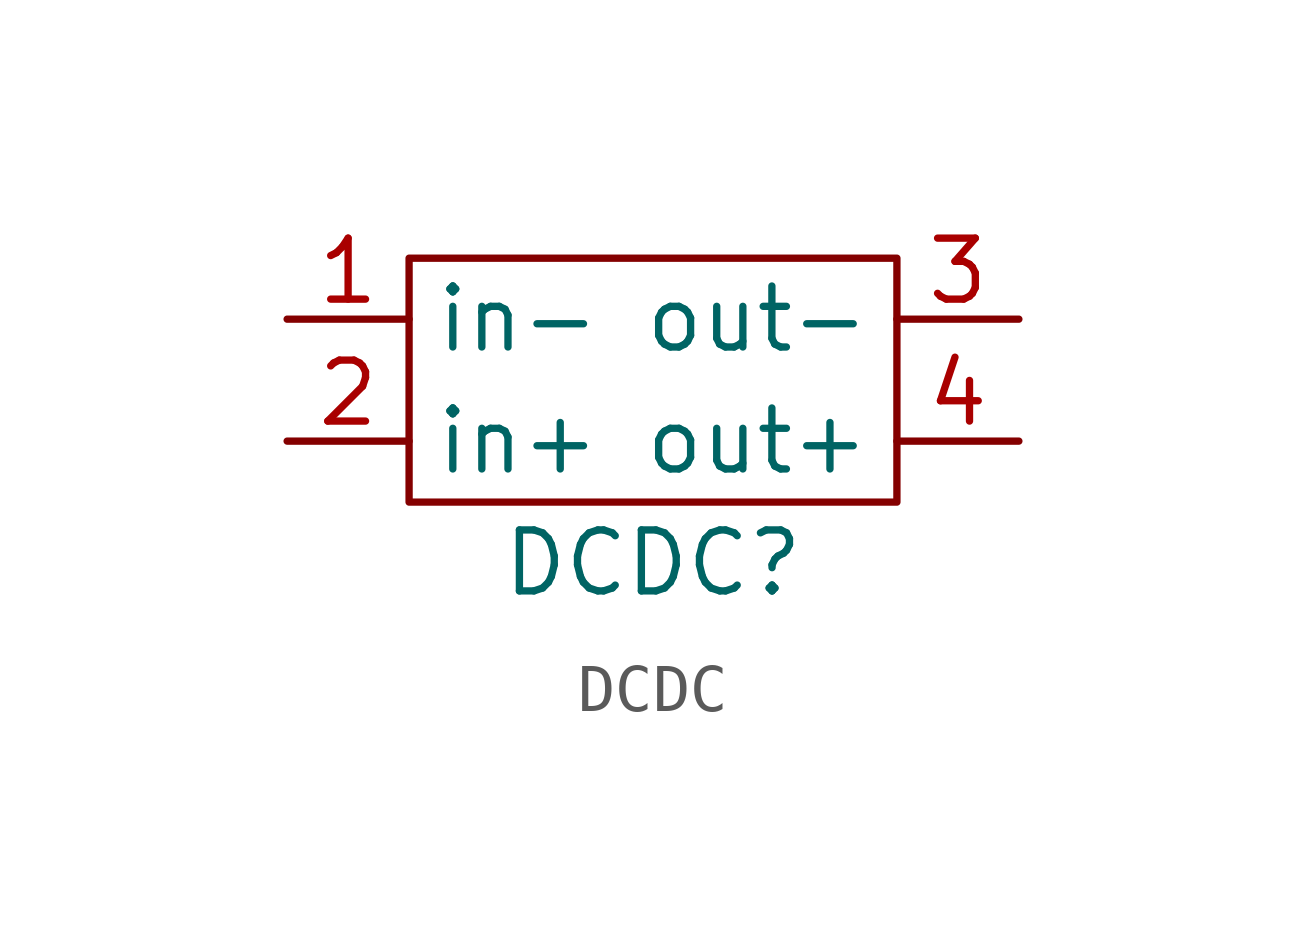
<source format=kicad_sym>
(kicad_symbol_lib
  (version 20220914)
  (generator kicad_symbol_editor)
  (symbol "DCDC"
    (property "Reference" "DCDC"
      (at 0 -3.81 0)
      (effects (font (size 1.27 1.27))))
    (property "Value" ""
      (at 0 0 0)
      (effects (font (size 1.27 1.27))))
    (symbol "DCDC_0_1"
      (rectangle (start -5.08 2.54) (end 5.08 -2.54) (stroke (width 0) (type default)) (fill (type none))))
    (symbol "DCDC_1_1"
      (pin input line (at -7.62 1.27 0) (length 2.54) (name "in-" (effects (font (size 1.27 1.27)))) (number "1" (effects (font (size 1.27 1.27)))))
      (pin input line (at -7.62 -1.27 0) (length 2.54) (name "in+" (effects (font (size 1.27 1.27)))) (number "2" (effects (font (size 1.27 1.27)))))
      (pin output line (at 7.62 1.27 180) (length 2.54) (name "out-" (effects (font (size 1.27 1.27)))) (number "3" (effects (font (size 1.27 1.27)))))
      (pin output line (at 7.62 -1.27 180) (length 2.54) (name "out+" (effects (font (size 1.27 1.27)))) (number "4" (effects (font (size 1.27 1.27))))))))
</source>
